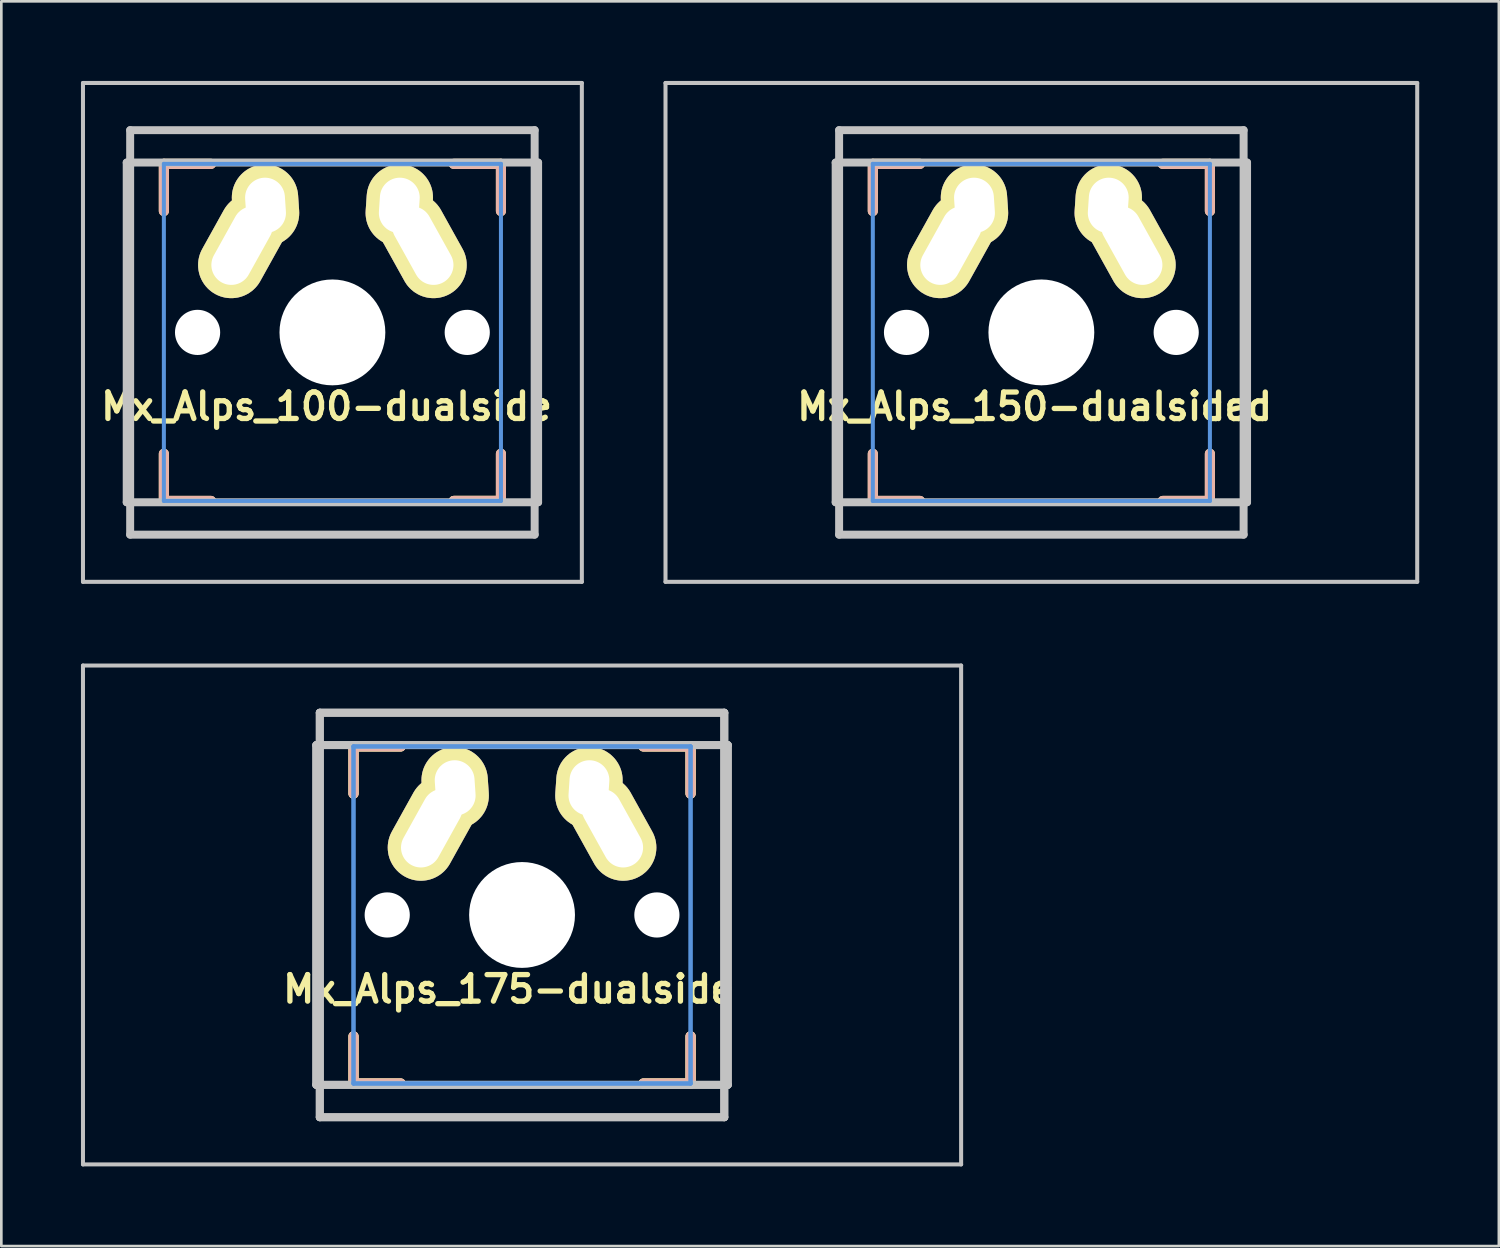
<source format=kicad_pcb>
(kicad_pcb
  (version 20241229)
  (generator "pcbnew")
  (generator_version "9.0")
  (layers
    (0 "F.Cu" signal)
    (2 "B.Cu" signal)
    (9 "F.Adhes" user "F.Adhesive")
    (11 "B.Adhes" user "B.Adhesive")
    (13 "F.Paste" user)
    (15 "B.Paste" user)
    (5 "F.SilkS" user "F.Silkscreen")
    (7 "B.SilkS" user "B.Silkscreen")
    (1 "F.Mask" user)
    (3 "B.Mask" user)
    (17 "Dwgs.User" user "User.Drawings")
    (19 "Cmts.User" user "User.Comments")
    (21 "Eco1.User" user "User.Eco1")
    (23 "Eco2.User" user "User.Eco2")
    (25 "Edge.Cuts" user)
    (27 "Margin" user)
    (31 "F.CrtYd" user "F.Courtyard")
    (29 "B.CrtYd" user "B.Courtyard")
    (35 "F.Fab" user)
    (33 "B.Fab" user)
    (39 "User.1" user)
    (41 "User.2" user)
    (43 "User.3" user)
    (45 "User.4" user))
  (footprint "Mx_Alps_100-dualside"
    (layer "F.Cu")
    (at 9.474 9.474)
    (property "Reference" "Mx_Alps_100-dualside" (at -0.22 2.79 0) (layer "F.SilkS") (effects (font (size 1 1) (thickness 0.2))))
    (attr through_hole)
    (fp_line (start -6.35 -6.35) (end -4.572 -6.35) (stroke (width 0.381) (type solid)) (layer "F.SilkS"))
    (fp_line (start -6.35 -4.572) (end -6.35 -6.35) (stroke (width 0.381) (type solid)) (layer "F.SilkS"))
    (fp_line (start -6.35 6.35) (end -6.35 4.572) (stroke (width 0.381) (type solid)) (layer "F.SilkS"))
    (fp_line (start -4.572 6.35) (end -6.35 6.35) (stroke (width 0.381) (type solid)) (layer "F.SilkS"))
    (fp_line (start 4.572 -6.35) (end 6.35 -6.35) (stroke (width 0.381) (type solid)) (layer "F.SilkS"))
    (fp_line (start 4.572 6.35) (end 6.35 6.35) (stroke (width 0.381) (type solid)) (layer "F.SilkS"))
    (fp_line (start 6.35 -6.35) (end 6.35 -4.572) (stroke (width 0.381) (type solid)) (layer "F.SilkS"))
    (fp_line (start 6.35 4.572) (end 6.35 6.35) (stroke (width 0.381) (type solid)) (layer "F.SilkS"))
    (fp_line (start 6.35 6.35) (end 4.572 6.35) (stroke (width 0.381) (type solid)) (layer "F.SilkS"))
    (fp_line (start -6.35 -6.35) (end -4.572 -6.35) (stroke (width 0.381) (type solid)) (layer "B.SilkS"))
    (fp_line (start -6.35 -4.572) (end -6.35 -6.35) (stroke (width 0.381) (type solid)) (layer "B.SilkS"))
    (fp_line (start -6.35 6.35) (end -6.35 4.572) (stroke (width 0.381) (type solid)) (layer "B.SilkS"))
    (fp_line (start -4.572 6.35) (end -6.35 6.35) (stroke (width 0.381) (type solid)) (layer "B.SilkS"))
    (fp_line (start 6.35 -6.35) (end 4.572 -6.35) (stroke (width 0.381) (type solid)) (layer "B.SilkS"))
    (fp_line (start 6.35 -4.572) (end 6.35 -6.35) (stroke (width 0.381) (type solid)) (layer "B.SilkS"))
    (fp_line (start 6.35 4.572) (end 6.35 6.35) (stroke (width 0.381) (type solid)) (layer "B.SilkS"))
    (fp_line (start 6.35 6.35) (end 4.572 6.35) (stroke (width 0.381) (type solid)) (layer "B.SilkS"))
    (fp_line (start -9.398 -9.398) (end 9.398 -9.398) (stroke (width 0.152) (type solid)) (layer "Dwgs.User"))
    (fp_line (start -9.398 9.398) (end -9.398 -9.398) (stroke (width 0.152) (type solid)) (layer "Dwgs.User"))
    (fp_line (start -7.75 6.4) (end -7.75 -6.4) (stroke (width 0.3) (type solid)) (layer "Dwgs.User"))
    (fp_line (start -7.75 6.4) (end 7.75 6.4) (stroke (width 0.3) (type solid)) (layer "Dwgs.User"))
    (fp_line (start -7.62 -7.62) (end 7.62 -7.62) (stroke (width 0.3) (type solid)) (layer "Dwgs.User"))
    (fp_line (start -7.62 7.62) (end -7.62 -7.62) (stroke (width 0.3) (type solid)) (layer "Dwgs.User"))
    (fp_line (start 7.62 -7.62) (end 7.62 7.62) (stroke (width 0.3) (type solid)) (layer "Dwgs.User"))
    (fp_line (start 7.62 7.62) (end -7.62 7.62) (stroke (width 0.3) (type solid)) (layer "Dwgs.User"))
    (fp_line (start 7.75 -6.4) (end -7.75 -6.4) (stroke (width 0.3) (type solid)) (layer "Dwgs.User"))
    (fp_line (start 7.75 6.4) (end 7.75 -6.4) (stroke (width 0.3) (type solid)) (layer "Dwgs.User"))
    (fp_line (start 9.398 -9.398) (end 9.398 9.398) (stroke (width 0.152) (type solid)) (layer "Dwgs.User"))
    (fp_line (start 9.398 9.398) (end -9.398 9.398) (stroke (width 0.152) (type solid)) (layer "Dwgs.User"))
    (fp_line (start -6.35 -6.35) (end 6.35 -6.35) (stroke (width 0.152) (type solid)) (layer "Cmts.User"))
    (fp_line (start -6.35 6.35) (end -6.35 -6.35) (stroke (width 0.152) (type solid)) (layer "Cmts.User"))
    (fp_line (start 6.35 6.35) (end -6.35 6.35) (stroke (width 0.152) (type solid)) (layer "Cmts.User"))
    (fp_line (start 6.35 6.35) (end 6.35 -6.35) (stroke (width 0.152) (type solid)) (layer "Cmts.User"))
    (fp_line (start -6.985 6.985) (end -6.985 -6.985) (stroke (width 0.152) (type solid)) (layer "Eco2.User"))
    (fp_line (start 6.985 -6.985) (end -6.985 -6.985) (stroke (width 0.152) (type solid)) (layer "Eco2.User"))
    (fp_line (start 6.985 -6.985) (end 6.985 6.985) (stroke (width 0.152) (type solid)) (layer "Eco2.User"))
    (fp_line (start 6.985 6.985) (end -6.985 6.985) (stroke (width 0.152) (type solid)) (layer "Eco2.User"))
    (fp_line (start 6.985 6.985) (end 6.985 -6.985) (stroke (width 0.152) (type solid)) (layer "Eco2.User"))
    (pad "" np_thru_hole circle (at -5.08 0) (size 1.702 1.702) (drill 1.702) (layers "*.Cu"))
    (pad "" np_thru_hole circle (at 0 0) (size 3.988 3.988) (drill 3.988) (layers "*.Cu"))
    (pad "" np_thru_hole circle (at 5.08 0) (size 1.702 1.702) (drill 1.702) (layers "*.Cu"))
    (pad "1" thru_hole oval (at -3.405 -3.27 330.95) (size 2.5 4.17) (drill oval 1.5 3.17) (layers "*.Cu" "*.Mask" "F.SilkS"))
    (pad "1" thru_hole oval (at -2.52 -4.79 3.9) (size 2.5 3.08) (drill oval 1.5 2.08) (layers "*.Cu" "*.Mask" "F.SilkS"))
    (pad "2" thru_hole oval (at 2.52 -4.79 356.1) (size 2.5 3.08) (drill oval 1.5 2.08) (layers "*.Cu" "*.Mask" "F.SilkS"))
    (pad "2" thru_hole oval (at 3.405 -3.27 29.05) (size 2.5 4.17) (drill oval 1.5 3.17) (layers "*.Cu" "*.Mask" "F.SilkS")))
  (footprint "Mx_Alps_150-dualsided"
    (layer "F.Cu")
    (at 36.185 9.474)
    (property "Reference" "Mx_Alps_150-dualsided" (at -0.254 2.794 0) (layer "F.SilkS") (effects (font (size 1 1) (thickness 0.2))))
    (attr through_hole)
    (fp_line (start -6.35 -6.35) (end -4.572 -6.35) (stroke (width 0.381) (type solid)) (layer "F.SilkS"))
    (fp_line (start -6.35 -4.572) (end -6.35 -6.35) (stroke (width 0.381) (type solid)) (layer "F.SilkS"))
    (fp_line (start -6.35 6.35) (end -6.35 4.572) (stroke (width 0.381) (type solid)) (layer "F.SilkS"))
    (fp_line (start -4.572 6.35) (end -6.35 6.35) (stroke (width 0.381) (type solid)) (layer "F.SilkS"))
    (fp_line (start 4.572 -6.35) (end 6.35 -6.35) (stroke (width 0.381) (type solid)) (layer "F.SilkS"))
    (fp_line (start 6.35 -6.35) (end 6.35 -4.572) (stroke (width 0.381) (type solid)) (layer "F.SilkS"))
    (fp_line (start 6.35 4.572) (end 6.35 6.35) (stroke (width 0.381) (type solid)) (layer "F.SilkS"))
    (fp_line (start 6.35 6.35) (end 4.572 6.35) (stroke (width 0.381) (type solid)) (layer "F.SilkS"))
    (fp_line (start -6.35 -6.35) (end -6.35 -4.572) (stroke (width 0.381) (type solid)) (layer "B.SilkS"))
    (fp_line (start -6.35 4.572) (end -6.35 6.35) (stroke (width 0.381) (type solid)) (layer "B.SilkS"))
    (fp_line (start -6.35 6.35) (end -4.572 6.35) (stroke (width 0.381) (type solid)) (layer "B.SilkS"))
    (fp_line (start -4.572 -6.35) (end -6.35 -6.35) (stroke (width 0.381) (type solid)) (layer "B.SilkS"))
    (fp_line (start 4.572 6.35) (end 6.35 6.35) (stroke (width 0.381) (type solid)) (layer "B.SilkS"))
    (fp_line (start 6.35 -6.35) (end 4.572 -6.35) (stroke (width 0.381) (type solid)) (layer "B.SilkS"))
    (fp_line (start 6.35 -4.572) (end 6.35 -6.35) (stroke (width 0.381) (type solid)) (layer "B.SilkS"))
    (fp_line (start 6.35 6.35) (end 6.35 4.572) (stroke (width 0.381) (type solid)) (layer "B.SilkS"))
    (fp_line (start -14.161 -9.398) (end 14.161 -9.398) (stroke (width 0.152) (type solid)) (layer "Dwgs.User"))
    (fp_line (start -14.161 9.398) (end -14.161 -9.398) (stroke (width 0.152) (type solid)) (layer "Dwgs.User"))
    (fp_line (start -7.75 6.4) (end -7.75 -6.4) (stroke (width 0.3) (type solid)) (layer "Dwgs.User"))
    (fp_line (start -7.75 6.4) (end 7.75 6.4) (stroke (width 0.3) (type solid)) (layer "Dwgs.User"))
    (fp_line (start -7.62 -7.62) (end 7.62 -7.62) (stroke (width 0.3) (type solid)) (layer "Dwgs.User"))
    (fp_line (start -7.62 7.62) (end -7.62 -7.62) (stroke (width 0.3) (type solid)) (layer "Dwgs.User"))
    (fp_line (start 7.62 -7.62) (end 7.62 7.62) (stroke (width 0.3) (type solid)) (layer "Dwgs.User"))
    (fp_line (start 7.62 7.62) (end -7.62 7.62) (stroke (width 0.3) (type solid)) (layer "Dwgs.User"))
    (fp_line (start 7.75 -6.4) (end -7.75 -6.4) (stroke (width 0.3) (type solid)) (layer "Dwgs.User"))
    (fp_line (start 7.75 6.4) (end 7.75 -6.4) (stroke (width 0.3) (type solid)) (layer "Dwgs.User"))
    (fp_line (start 14.161 -9.398) (end 14.161 9.398) (stroke (width 0.152) (type solid)) (layer "Dwgs.User"))
    (fp_line (start 14.161 9.398) (end -14.161 9.398) (stroke (width 0.152) (type solid)) (layer "Dwgs.User"))
    (fp_line (start -6.35 -6.35) (end 6.35 -6.35) (stroke (width 0.152) (type solid)) (layer "Cmts.User"))
    (fp_line (start -6.35 6.35) (end -6.35 -6.35) (stroke (width 0.152) (type solid)) (layer "Cmts.User"))
    (fp_line (start 6.35 -6.35) (end 6.35 6.35) (stroke (width 0.152) (type solid)) (layer "Cmts.User"))
    (fp_line (start 6.35 6.35) (end -6.35 6.35) (stroke (width 0.152) (type solid)) (layer "Cmts.User"))
    (fp_line (start -6.985 -6.985) (end 6.985 -6.985) (stroke (width 0.152) (type solid)) (layer "Eco2.User"))
    (fp_line (start -6.985 6.985) (end -6.985 -6.985) (stroke (width 0.152) (type solid)) (layer "Eco2.User"))
    (fp_line (start 6.985 -6.985) (end 6.985 6.985) (stroke (width 0.152) (type solid)) (layer "Eco2.User"))
    (fp_line (start 6.985 6.985) (end -6.985 6.985) (stroke (width 0.152) (type solid)) (layer "Eco2.User"))
    (pad "" np_thru_hole circle (at -5.08 0) (size 1.702 1.702) (drill 1.702) (layers "*.Cu"))
    (pad "" np_thru_hole circle (at 0 0) (size 3.988 3.988) (drill 3.988) (layers "*.Cu"))
    (pad "" np_thru_hole circle (at 5.08 0) (size 1.702 1.702) (drill 1.702) (layers "*.Cu"))
    (pad "1" thru_hole oval (at -3.405 -3.27 330.95) (size 2.5 4.17) (drill oval 1.5 3.17) (layers "*.Cu" "*.Mask" "F.SilkS"))
    (pad "1" thru_hole oval (at -2.52 -4.79 3.9) (size 2.5 3.08) (drill oval 1.5 2.08) (layers "*.Cu" "*.Mask" "F.SilkS"))
    (pad "2" thru_hole oval (at 2.52 -4.79 356.1) (size 2.5 3.08) (drill oval 1.5 2.08) (layers "*.Cu" "*.Mask" "F.SilkS"))
    (pad "2" thru_hole oval (at 3.405 -3.27 29.05) (size 2.5 4.17) (drill oval 1.5 3.17) (layers "*.Cu" "*.Mask" "F.SilkS")))
  (footprint "Mx_Alps_175-dualside"
    (layer "F.Cu")
    (at 16.619 31.423)
    (property "Reference" "Mx_Alps_175-dualside" (at -0.508 2.794 0) (layer "F.SilkS") (effects (font (size 1 1) (thickness 0.2))))
    (attr through_hole)
    (fp_line (start -6.35 -6.35) (end -6.35 -4.572) (stroke (width 0.381) (type solid)) (layer "F.SilkS"))
    (fp_line (start -6.35 -6.35) (end -4.572 -6.35) (stroke (width 0.381) (type solid)) (layer "F.SilkS"))
    (fp_line (start -6.35 -4.572) (end -6.35 -6.35) (stroke (width 0.381) (type solid)) (layer "F.SilkS"))
    (fp_line (start -6.35 4.572) (end -6.35 6.35) (stroke (width 0.381) (type solid)) (layer "F.SilkS"))
    (fp_line (start -6.35 6.35) (end -6.35 4.572) (stroke (width 0.381) (type solid)) (layer "F.SilkS"))
    (fp_line (start -6.35 6.35) (end -4.572 6.35) (stroke (width 0.381) (type solid)) (layer "F.SilkS"))
    (fp_line (start -4.572 -6.35) (end -6.35 -6.35) (stroke (width 0.381) (type solid)) (layer "F.SilkS"))
    (fp_line (start -4.572 6.35) (end -6.35 6.35) (stroke (width 0.381) (type solid)) (layer "F.SilkS"))
    (fp_line (start 4.572 -6.35) (end 6.35 -6.35) (stroke (width 0.381) (type solid)) (layer "F.SilkS"))
    (fp_line (start 4.572 6.35) (end 6.35 6.35) (stroke (width 0.381) (type solid)) (layer "F.SilkS"))
    (fp_line (start 6.35 -6.35) (end 4.572 -6.35) (stroke (width 0.381) (type solid)) (layer "F.SilkS"))
    (fp_line (start 6.35 -6.35) (end 6.35 -4.572) (stroke (width 0.381) (type solid)) (layer "F.SilkS"))
    (fp_line (start 6.35 -4.572) (end 6.35 -6.35) (stroke (width 0.381) (type solid)) (layer "F.SilkS"))
    (fp_line (start 6.35 4.572) (end 6.35 6.35) (stroke (width 0.381) (type solid)) (layer "F.SilkS"))
    (fp_line (start 6.35 6.35) (end 4.572 6.35) (stroke (width 0.381) (type solid)) (layer "F.SilkS"))
    (fp_line (start 6.35 6.35) (end 6.35 4.572) (stroke (width 0.381) (type solid)) (layer "F.SilkS"))
    (fp_line (start -6.35 -6.35) (end -4.572 -6.35) (stroke (width 0.381) (type solid)) (layer "B.SilkS"))
    (fp_line (start -6.35 -4.572) (end -6.35 -6.35) (stroke (width 0.381) (type solid)) (layer "B.SilkS"))
    (fp_line (start -6.35 4.572) (end -6.35 6.35) (stroke (width 0.381) (type solid)) (layer "B.SilkS"))
    (fp_line (start -6.35 6.35) (end -4.572 6.35) (stroke (width 0.381) (type solid)) (layer "B.SilkS"))
    (fp_line (start 6.35 -6.35) (end 4.572 -6.35) (stroke (width 0.381) (type solid)) (layer "B.SilkS"))
    (fp_line (start 6.35 -4.572) (end 6.35 -6.35) (stroke (width 0.381) (type solid)) (layer "B.SilkS"))
    (fp_line (start 6.35 4.572) (end 6.35 6.35) (stroke (width 0.381) (type solid)) (layer "B.SilkS"))
    (fp_line (start 6.35 6.35) (end 4.572 6.35) (stroke (width 0.381) (type solid)) (layer "B.SilkS"))
    (fp_line (start -16.543 -9.398) (end 16.543 -9.398) (stroke (width 0.152) (type solid)) (layer "Dwgs.User"))
    (fp_line (start -16.543 9.398) (end -16.543 -9.398) (stroke (width 0.152) (type solid)) (layer "Dwgs.User"))
    (fp_line (start -7.75 -6.4) (end 7.75 -6.4) (stroke (width 0.3) (type solid)) (layer "Dwgs.User"))
    (fp_line (start -7.75 6.4) (end -7.75 -6.4) (stroke (width 0.3) (type solid)) (layer "Dwgs.User"))
    (fp_line (start -7.75 6.4) (end -7.75 -6.4) (stroke (width 0.3) (type solid)) (layer "Dwgs.User"))
    (fp_line (start -7.75 6.4) (end 7.75 6.4) (stroke (width 0.3) (type solid)) (layer "Dwgs.User"))
    (fp_line (start -7.62 -7.62) (end -7.62 7.62) (stroke (width 0.3) (type solid)) (layer "Dwgs.User"))
    (fp_line (start -7.62 -7.62) (end 7.62 -7.62) (stroke (width 0.3) (type solid)) (layer "Dwgs.User"))
    (fp_line (start -7.62 7.62) (end -7.62 -7.62) (stroke (width 0.3) (type solid)) (layer "Dwgs.User"))
    (fp_line (start -7.62 7.62) (end 7.62 7.62) (stroke (width 0.3) (type solid)) (layer "Dwgs.User"))
    (fp_line (start 7.62 -7.62) (end -7.62 -7.62) (stroke (width 0.3) (type solid)) (layer "Dwgs.User"))
    (fp_line (start 7.62 -7.62) (end 7.62 7.62) (stroke (width 0.3) (type solid)) (layer "Dwgs.User"))
    (fp_line (start 7.62 7.62) (end -7.62 7.62) (stroke (width 0.3) (type solid)) (layer "Dwgs.User"))
    (fp_line (start 7.62 7.62) (end 7.62 -7.62) (stroke (width 0.3) (type solid)) (layer "Dwgs.User"))
    (fp_line (start 7.75 -6.4) (end -7.75 -6.4) (stroke (width 0.3) (type solid)) (layer "Dwgs.User"))
    (fp_line (start 7.75 6.4) (end -7.75 6.4) (stroke (width 0.3) (type solid)) (layer "Dwgs.User"))
    (fp_line (start 7.75 6.4) (end 7.75 -6.4) (stroke (width 0.3) (type solid)) (layer "Dwgs.User"))
    (fp_line (start 7.75 6.4) (end 7.75 -6.4) (stroke (width 0.3) (type solid)) (layer "Dwgs.User"))
    (fp_line (start 16.543 -9.398) (end 16.543 9.398) (stroke (width 0.152) (type solid)) (layer "Dwgs.User"))
    (fp_line (start 16.543 9.398) (end -16.543 9.398) (stroke (width 0.152) (type solid)) (layer "Dwgs.User"))
    (fp_line (start -6.35 -6.35) (end -6.35 6.35) (stroke (width 0.152) (type solid)) (layer "Cmts.User"))
    (fp_line (start -6.35 -6.35) (end 6.35 -6.35) (stroke (width 0.152) (type solid)) (layer "Cmts.User"))
    (fp_line (start -6.35 6.35) (end -6.35 -6.35) (stroke (width 0.152) (type solid)) (layer "Cmts.User"))
    (fp_line (start -6.35 6.35) (end 6.35 6.35) (stroke (width 0.152) (type solid)) (layer "Cmts.User"))
    (fp_line (start 6.35 -6.35) (end -6.35 -6.35) (stroke (width 0.152) (type solid)) (layer "Cmts.User"))
    (fp_line (start 6.35 -6.35) (end 6.35 6.35) (stroke (width 0.152) (type solid)) (layer "Cmts.User"))
    (fp_line (start 6.35 6.35) (end -6.35 6.35) (stroke (width 0.152) (type solid)) (layer "Cmts.User"))
    (fp_line (start 6.35 6.35) (end 6.35 -6.35) (stroke (width 0.152) (type solid)) (layer "Cmts.User"))
    (fp_line (start -6.985 -6.985) (end -6.985 6.985) (stroke (width 0.152) (type solid)) (layer "Eco2.User"))
    (fp_line (start -6.985 -6.985) (end 6.985 -6.985) (stroke (width 0.152) (type solid)) (layer "Eco2.User"))
    (fp_line (start -6.985 6.985) (end -6.985 -6.985) (stroke (width 0.152) (type solid)) (layer "Eco2.User"))
    (fp_line (start -6.985 6.985) (end 6.985 6.985) (stroke (width 0.152) (type solid)) (layer "Eco2.User"))
    (fp_line (start 6.985 -6.985) (end -6.985 -6.985) (stroke (width 0.152) (type solid)) (layer "Eco2.User"))
    (fp_line (start 6.985 -6.985) (end 6.985 6.985) (stroke (width 0.152) (type solid)) (layer "Eco2.User"))
    (fp_line (start 6.985 6.985) (end -6.985 6.985) (stroke (width 0.152) (type solid)) (layer "Eco2.User"))
    (fp_line (start 6.985 6.985) (end 6.985 -6.985) (stroke (width 0.152) (type solid)) (layer "Eco2.User"))
    (pad "" np_thru_hole circle (at -5.08 0) (size 1.702 1.702) (drill 1.702) (layers "*.Cu"))
    (pad "" np_thru_hole circle (at 0 0) (size 3.988 3.988) (drill 3.988) (layers "*.Cu"))
    (pad "" np_thru_hole circle (at 5.08 0) (size 1.702 1.702) (drill 1.702) (layers "*.Cu"))
    (pad "1" thru_hole oval (at -3.405 -3.27 330.95) (size 2.5 4.17) (drill oval 1.5 3.17) (layers "*.Cu" "*.Mask" "F.SilkS"))
    (pad "1" thru_hole oval (at -2.52 -4.79 3.9) (size 2.5 3.08) (drill oval 1.5 2.08) (layers "*.Cu" "*.Mask" "F.SilkS"))
    (pad "2" thru_hole oval (at 2.52 -4.79 356.1) (size 2.5 3.08) (drill oval 1.5 2.08) (layers "*.Cu" "*.Mask" "F.SilkS"))
    (pad "2" thru_hole oval (at 3.405 -3.27 29.05) (size 2.5 4.17) (drill oval 1.5 3.17) (layers "*.Cu" "*.Mask" "F.SilkS")))
  (gr_rect
    (start -3 -3)
    (end 53.422 43.897)
    (stroke (width 0.1) (type default))
    (fill no)
    (layer "Edge.Cuts")))
</source>
